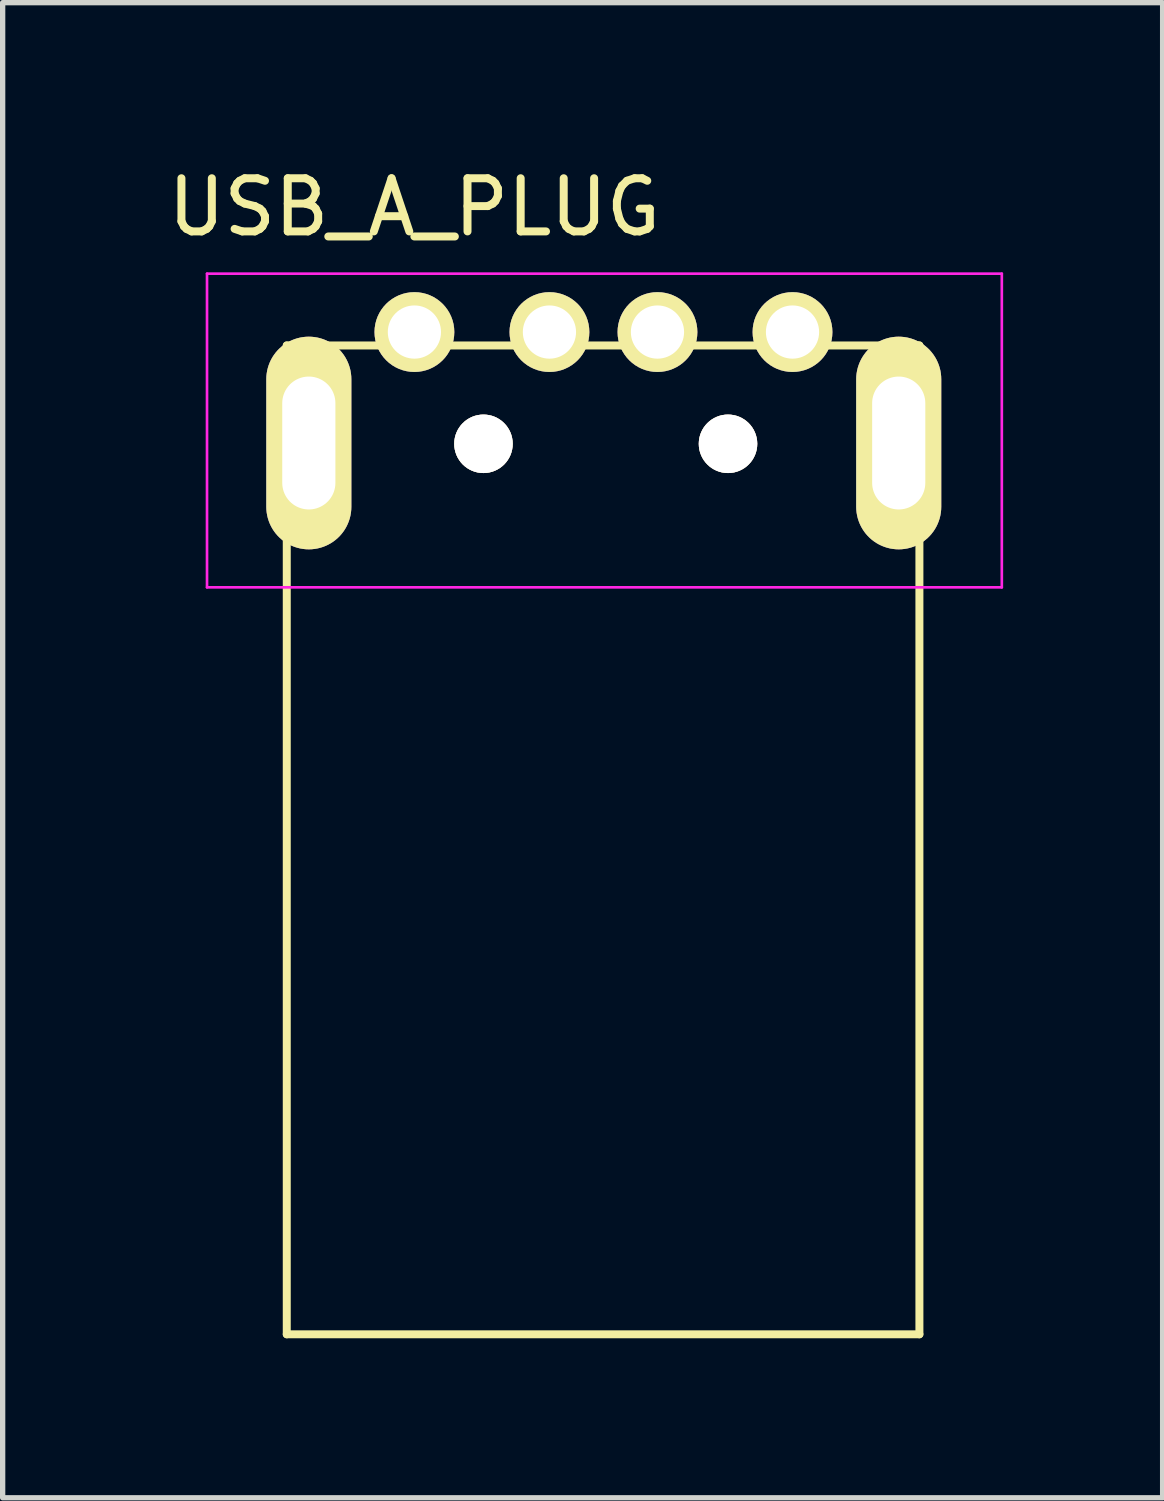
<source format=kicad_pcb>
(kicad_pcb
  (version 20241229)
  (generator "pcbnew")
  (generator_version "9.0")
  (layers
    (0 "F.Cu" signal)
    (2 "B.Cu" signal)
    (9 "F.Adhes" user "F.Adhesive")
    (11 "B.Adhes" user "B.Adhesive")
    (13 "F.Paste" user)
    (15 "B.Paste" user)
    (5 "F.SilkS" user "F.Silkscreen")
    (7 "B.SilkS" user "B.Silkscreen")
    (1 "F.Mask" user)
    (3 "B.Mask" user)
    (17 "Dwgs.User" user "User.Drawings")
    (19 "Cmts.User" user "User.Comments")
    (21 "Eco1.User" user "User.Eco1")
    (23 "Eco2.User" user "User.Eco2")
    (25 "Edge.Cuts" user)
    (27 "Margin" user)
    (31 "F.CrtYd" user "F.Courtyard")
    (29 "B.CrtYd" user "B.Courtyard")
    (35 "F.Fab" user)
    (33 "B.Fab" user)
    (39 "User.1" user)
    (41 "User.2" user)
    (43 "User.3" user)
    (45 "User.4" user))
  (footprint "USB_A_PLUG"
    (layer "F.Cu")
    (at 4.744 3.198)
    (property "Reference" "USB_A_PLUG" (at 0 -2.35 0) (layer "F.SilkS") (effects (font (size 1 1) (thickness 0.15))))
    (attr through_hole)
    (fp_line (start -2.4 0.25) (end 9.5 0.25) (stroke (width 0.15) (type solid)) (layer "F.SilkS"))
    (fp_line (start -2.4 18.85) (end -2.4 0.25) (stroke (width 0.15) (type solid)) (layer "F.SilkS"))
    (fp_line (start -2 0.25) (end -1.95 0.25) (stroke (width 0.15) (type solid)) (layer "F.SilkS"))
    (fp_line (start 9.5 0.25) (end 9.5 18.85) (stroke (width 0.15) (type solid)) (layer "F.SilkS"))
    (fp_line (start 9.5 18.85) (end -2.4 18.85) (stroke (width 0.15) (type solid)) (layer "F.SilkS"))
    (fp_line (start -3.9 -1.1) (end 11.05 -1.1) (stroke (width 0.05) (type solid)) (layer "F.CrtYd"))
    (fp_line (start -3.9 4.8) (end -3.9 -1.1) (stroke (width 0.05) (type solid)) (layer "F.CrtYd"))
    (fp_line (start -3.9 4.8) (end 11.05 4.8) (stroke (width 0.05) (type solid)) (layer "F.CrtYd"))
    (fp_line (start 11.05 -1.1) (end 11.05 4.8) (stroke (width 0.05) (type solid)) (layer "F.CrtYd"))
    (pad "1" thru_hole circle (at 0.001 -0.002 270) (size 1.501 1.501) (drill 1.001) (layers "*.Cu" "*.Mask" "F.SilkS"))
    (pad "2" thru_hole circle (at 2.541 -0.002 270) (size 1.501 1.501) (drill 1.001) (layers "*.Cu" "*.Mask" "F.SilkS"))
    (pad "3" thru_hole circle (at 4.573 -0.002 270) (size 1.501 1.501) (drill 1.001) (layers "*.Cu" "*.Mask" "F.SilkS"))
    (pad "4" thru_hole circle (at 7.113 -0.002 270) (size 1.501 1.501) (drill 1.001) (layers "*.Cu" "*.Mask" "F.SilkS"))
    (pad "5" thru_hole oval (at -1.985 2.085 270) (size 4 1.6) (drill oval 2.5 1) (layers "*.Cu" "*.Mask" "F.SilkS"))
    (pad "6" thru_hole circle (at 1.3 2.1 270) (size 1.1 1.1) (drill 1.1) (layers "*.Cu" "*.Mask" "F.SilkS"))
    (pad "6" thru_hole circle (at 5.9 2.1 270) (size 1.1 1.1) (drill 1.1) (layers "*.Cu" "*.Mask" "F.SilkS"))
    (pad "6" thru_hole oval (at 9.111 2.085 270) (size 4 1.6) (drill oval 2.5 1) (layers "*.Cu" "*.Mask" "F.SilkS")))
  (gr_rect
    (start -3 -3)
    (end 18.819 25.123)
    (stroke (width 0.1) (type default))
    (fill no)
    (layer "Edge.Cuts")))
</source>
